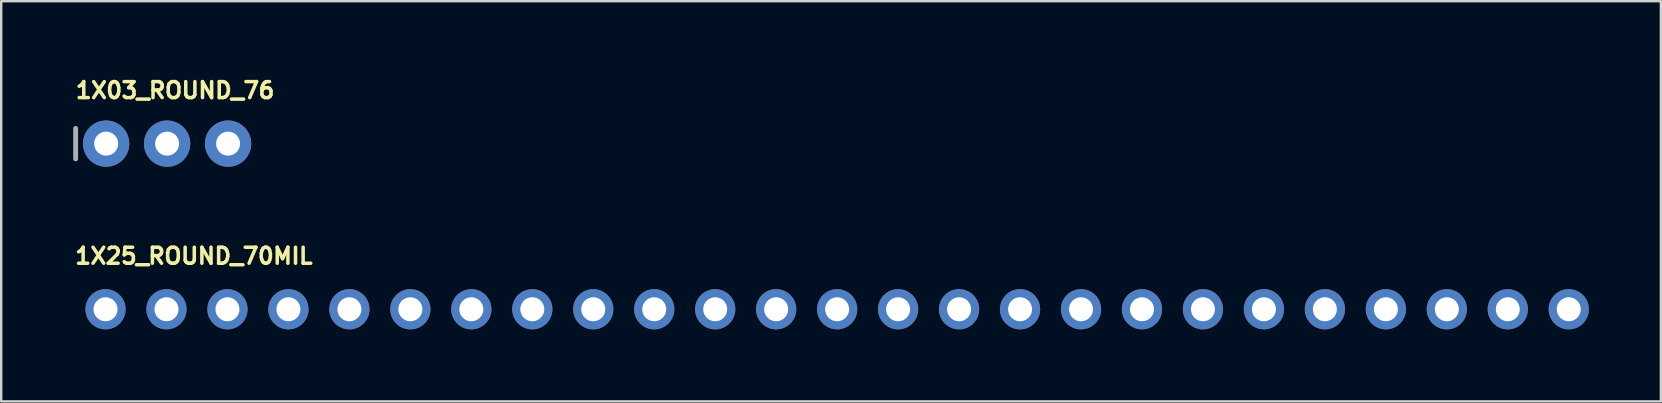
<source format=kicad_pcb>
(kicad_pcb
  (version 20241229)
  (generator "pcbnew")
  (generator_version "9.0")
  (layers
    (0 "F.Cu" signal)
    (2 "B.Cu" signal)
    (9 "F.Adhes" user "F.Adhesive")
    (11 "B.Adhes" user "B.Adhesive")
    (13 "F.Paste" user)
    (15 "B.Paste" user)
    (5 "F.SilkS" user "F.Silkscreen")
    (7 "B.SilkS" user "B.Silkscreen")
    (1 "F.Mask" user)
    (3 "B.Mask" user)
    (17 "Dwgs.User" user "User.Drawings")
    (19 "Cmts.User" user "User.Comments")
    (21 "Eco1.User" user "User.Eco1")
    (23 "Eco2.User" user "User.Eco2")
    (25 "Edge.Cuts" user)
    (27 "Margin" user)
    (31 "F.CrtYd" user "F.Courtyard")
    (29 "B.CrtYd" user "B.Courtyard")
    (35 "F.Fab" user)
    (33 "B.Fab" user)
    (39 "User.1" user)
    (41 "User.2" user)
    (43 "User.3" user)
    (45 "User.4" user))
  (footprint "1X25_ROUND_70MIL"
    (layer "F.Cu")
    (at 31.826 9.834)
    (property "Reference" "1X25_ROUND_70MIL" (at -31.826 -1.829 0) (layer "F.SilkS") (effects (font (size 0.666 0.666) (thickness 0.146)) (justify left bottom)))
    (pad "1" thru_hole circle (at -30.48 0 90) (size 1.676 1.676) (drill 1) (layers "*.Cu" "*.Mask"))
    (pad "2" thru_hole circle (at -27.94 0 90) (size 1.676 1.676) (drill 1) (layers "*.Cu" "*.Mask"))
    (pad "3" thru_hole circle (at -25.4 0 90) (size 1.676 1.676) (drill 1) (layers "*.Cu" "*.Mask"))
    (pad "4" thru_hole circle (at -22.86 0 90) (size 1.676 1.676) (drill 1) (layers "*.Cu" "*.Mask"))
    (pad "5" thru_hole circle (at -20.32 0 90) (size 1.676 1.676) (drill 1) (layers "*.Cu" "*.Mask"))
    (pad "6" thru_hole circle (at -17.78 0 90) (size 1.676 1.676) (drill 1) (layers "*.Cu" "*.Mask"))
    (pad "7" thru_hole circle (at -15.24 0 90) (size 1.676 1.676) (drill 1) (layers "*.Cu" "*.Mask"))
    (pad "8" thru_hole circle (at -12.7 0 90) (size 1.676 1.676) (drill 1) (layers "*.Cu" "*.Mask"))
    (pad "9" thru_hole circle (at -10.16 0 90) (size 1.676 1.676) (drill 1) (layers "*.Cu" "*.Mask"))
    (pad "10" thru_hole circle (at -7.62 0 90) (size 1.676 1.676) (drill 1) (layers "*.Cu" "*.Mask"))
    (pad "11" thru_hole circle (at -5.08 0 90) (size 1.676 1.676) (drill 1) (layers "*.Cu" "*.Mask"))
    (pad "12" thru_hole circle (at -2.54 0 90) (size 1.676 1.676) (drill 1) (layers "*.Cu" "*.Mask"))
    (pad "13" thru_hole circle (at 0 0 90) (size 1.676 1.676) (drill 1) (layers "*.Cu" "*.Mask"))
    (pad "14" thru_hole circle (at 2.54 0 90) (size 1.676 1.676) (drill 1) (layers "*.Cu" "*.Mask"))
    (pad "15" thru_hole circle (at 5.08 0 90) (size 1.676 1.676) (drill 1) (layers "*.Cu" "*.Mask"))
    (pad "16" thru_hole circle (at 7.62 0 90) (size 1.676 1.676) (drill 1) (layers "*.Cu" "*.Mask"))
    (pad "17" thru_hole circle (at 10.16 0 90) (size 1.676 1.676) (drill 1) (layers "*.Cu" "*.Mask"))
    (pad "18" thru_hole circle (at 12.7 0 90) (size 1.676 1.676) (drill 1) (layers "*.Cu" "*.Mask"))
    (pad "19" thru_hole circle (at 15.24 0 90) (size 1.676 1.676) (drill 1) (layers "*.Cu" "*.Mask"))
    (pad "20" thru_hole circle (at 17.78 0 90) (size 1.676 1.676) (drill 1) (layers "*.Cu" "*.Mask"))
    (pad "21" thru_hole circle (at 20.32 0 90) (size 1.676 1.676) (drill 1) (layers "*.Cu" "*.Mask"))
    (pad "22" thru_hole circle (at 22.86 0 90) (size 1.676 1.676) (drill 1) (layers "*.Cu" "*.Mask"))
    (pad "23" thru_hole circle (at 25.4 0 90) (size 1.676 1.676) (drill 1) (layers "*.Cu" "*.Mask"))
    (pad "24" thru_hole circle (at 27.94 0 90) (size 1.676 1.676) (drill 1) (layers "*.Cu" "*.Mask"))
    (pad "25" thru_hole circle (at 30.48 0 90) (size 1.676 1.676) (drill 1) (layers "*.Cu" "*.Mask")))
  (footprint "1X03_ROUND_76"
    (layer "F.Cu")
    (at 3.912 2.934)
    (property "Reference" "1X03_ROUND_76" (at -3.886 -1.829 0) (layer "F.SilkS") (effects (font (size 0.666 0.666) (thickness 0.146)) (justify left bottom)))
    (fp_line (start -3.81 -0.635) (end -3.81 0.635) (stroke (width 0.203) (type solid)) (layer "F.Fab"))
    (fp_poly (pts (xy -2.794 0.254) (xy -2.286 0.254) (xy -2.286 -0.254) (xy -2.794 -0.254)) (stroke (width 0.1) (type default)) (fill no) (layer "F.Fab"))
    (fp_poly (pts (xy -0.254 0.254) (xy 0.254 0.254) (xy 0.254 -0.254) (xy -0.254 -0.254)) (stroke (width 0.1) (type default)) (fill no) (layer "F.Fab"))
    (fp_poly (pts (xy 2.286 0.254) (xy 2.794 0.254) (xy 2.794 -0.254) (xy 2.286 -0.254)) (stroke (width 0.1) (type default)) (fill no) (layer "F.Fab"))
    (pad "1" thru_hole circle (at -2.54 0 90) (size 1.93 1.93) (drill 1) (layers "*.Cu" "*.Mask"))
    (pad "2" thru_hole circle (at 0 0 90) (size 1.93 1.93) (drill 1) (layers "*.Cu" "*.Mask"))
    (pad "3" thru_hole circle (at 2.54 0 90) (size 1.93 1.93) (drill 1) (layers "*.Cu" "*.Mask")))
  (gr_rect
    (start -3 -3)
    (end 66.144 13.672)
    (stroke (width 0.1) (type default))
    (fill no)
    (layer "Edge.Cuts")))
</source>
